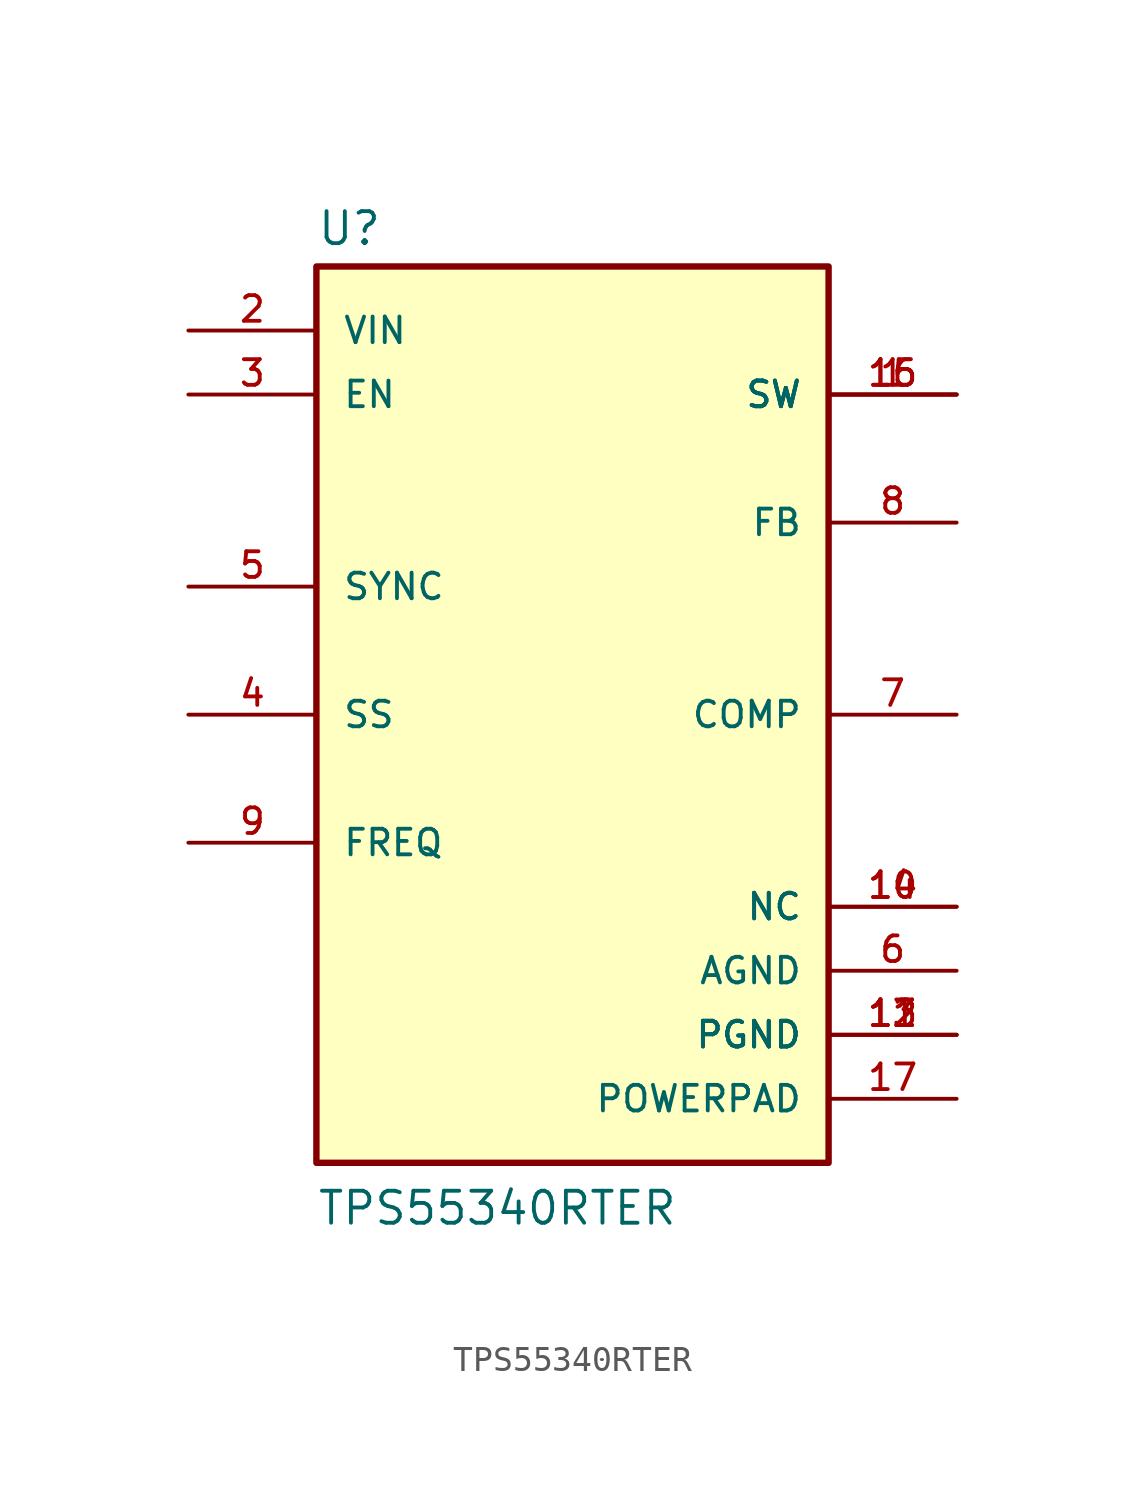
<source format=kicad_sym>
(kicad_symbol_lib
  (version 20211014)
  (generator kicad_symbol_editor)
  (symbol "TPS55340RTER"
    (pin_names
      (offset 1.016))
    (property "Reference" "U"
      (at -10.16 18.542 0)
      (effects (font (size 1.27 1.27)) (justify bottom left)))
    (property "Value" "TPS55340RTER"
      (at -10.16 -20.32 0)
      (effects (font (size 1.27 1.27)) (justify bottom left)))
    (symbol "TPS55340RTER_0_0"
      (rectangle (start -10.16 -17.78) (end 10.16 17.78) (stroke (width 0.254)) (fill (type background)))
      (pin power_in line (at 15.24 -10.16 180.0) (length 5.08) (name "AGND" (effects (font (size 1.016 1.016)))) (number "6" (effects (font (size 1.016 1.016)))))
      (pin output line (at 15.24 0.0 180.0) (length 5.08) (name "COMP" (effects (font (size 1.016 1.016)))) (number "7" (effects (font (size 1.016 1.016)))))
      (pin input line (at -15.24 12.7 0) (length 5.08) (name "EN" (effects (font (size 1.016 1.016)))) (number "3" (effects (font (size 1.016 1.016)))))
      (pin input line (at 15.24 7.62 180.0) (length 5.08) (name "FB" (effects (font (size 1.016 1.016)))) (number "8" (effects (font (size 1.016 1.016)))))
      (pin input line (at -15.24 -5.08 0) (length 5.08) (name "FREQ" (effects (font (size 1.016 1.016)))) (number "9" (effects (font (size 1.016 1.016)))))
      (pin power_in line (at 15.24 -12.7 180.0) (length 5.08) (name "PGND" (effects (font (size 1.016 1.016)))) (number "11" (effects (font (size 1.016 1.016)))))
      (pin power_in line (at 15.24 -12.7 180.0) (length 5.08) (name "PGND" (effects (font (size 1.016 1.016)))) (number "12" (effects (font (size 1.016 1.016)))))
      (pin power_in line (at 15.24 -12.7 180.0) (length 5.08) (name "PGND" (effects (font (size 1.016 1.016)))) (number "13" (effects (font (size 1.016 1.016)))))
      (pin power_in line (at 15.24 -15.24 180.0) (length 5.08) (name "POWERPAD" (effects (font (size 1.016 1.016)))) (number "17" (effects (font (size 1.016 1.016)))))
      (pin input line (at -15.24 0.0 0) (length 5.08) (name "SS" (effects (font (size 1.016 1.016)))) (number "4" (effects (font (size 1.016 1.016)))))
      (pin input line (at -15.24 5.08 0) (length 5.08) (name "SYNC" (effects (font (size 1.016 1.016)))) (number "5" (effects (font (size 1.016 1.016)))))
      (pin power_in line (at -15.24 15.24 0) (length 5.08) (name "VIN" (effects (font (size 1.016 1.016)))) (number "2" (effects (font (size 1.016 1.016)))))
      (pin output line (at 15.24 12.7 180.0) (length 5.08) (name "SW" (effects (font (size 1.016 1.016)))) (number "1" (effects (font (size 1.016 1.016)))))
      (pin output line (at 15.24 12.7 180.0) (length 5.08) (name "SW" (effects (font (size 1.016 1.016)))) (number "15" (effects (font (size 1.016 1.016)))))
      (pin output line (at 15.24 12.7 180.0) (length 5.08) (name "SW" (effects (font (size 1.016 1.016)))) (number "16" (effects (font (size 1.016 1.016)))))
      (pin power_in line (at 15.24 -7.62 180.0) (length 5.08) (name "NC" (effects (font (size 1.016 1.016)))) (number "10" (effects (font (size 1.016 1.016)))))
      (pin power_in line (at 15.24 -7.62 180.0) (length 5.08) (name "NC" (effects (font (size 1.016 1.016)))) (number "14" (effects (font (size 1.016 1.016))))))))
</source>
